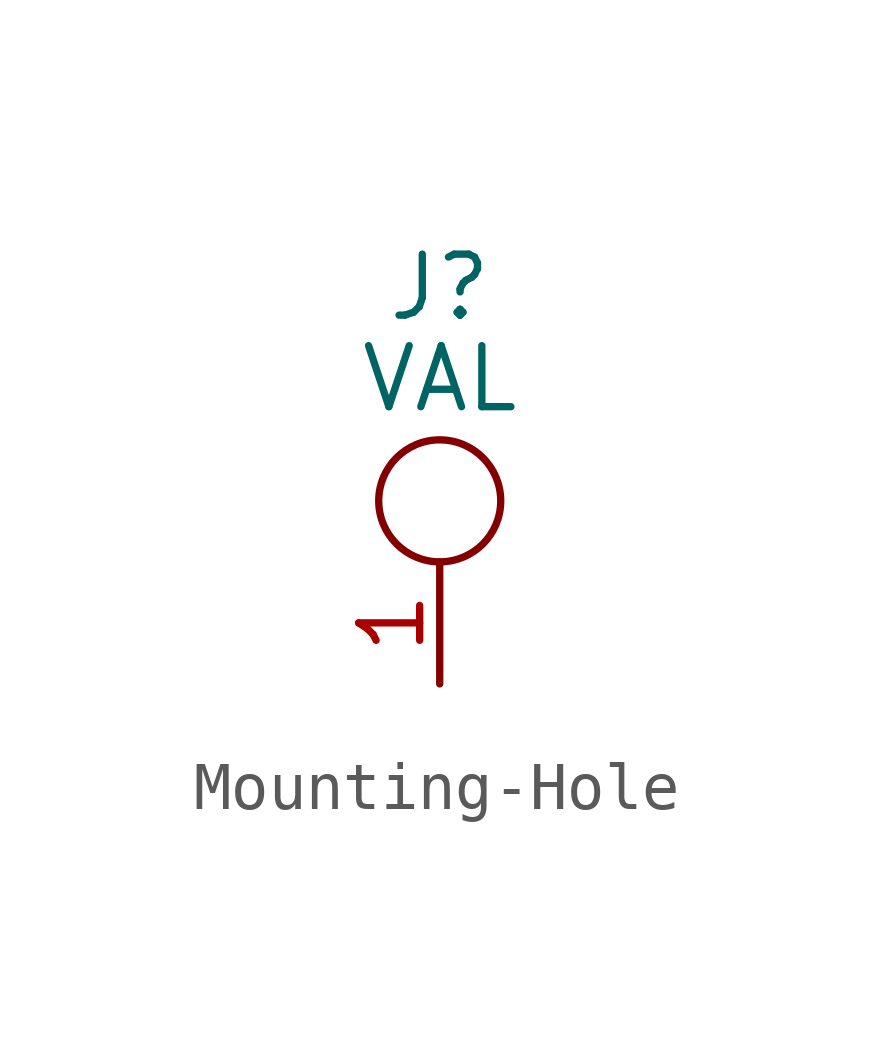
<source format=kicad_sym>
(kicad_symbol_lib
  (version 20231120)
  (generator "kicad_symbol_editor")
  (generator_version "8.0")
  (symbol "Mounting-Hole"
    (property "Reference" "J"
      (at 0 4.445 0)
      (effects (font (size 1.27 1.27))))
    (property "Value" "VAL"
      (at 0 2.54 0)
      (effects (font (size 1.27 1.27))))
    (symbol "Mounting-Hole_0_1"
      (circle (center 0 0) (radius 1.27) (stroke (width 0) (type default)) (fill (type none))))
    (symbol "Mounting-Hole_1_1"
      (pin input line (at 0 -3.81 90) (length 2.54) (name "" (effects (font (size 1.27 1.27)))) (number "1" (effects (font (size 1.27 1.27))))))))
</source>
